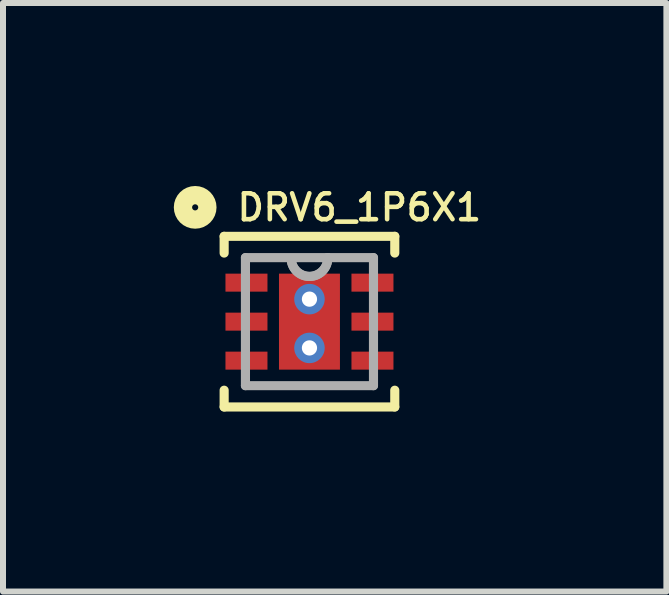
<source format=kicad_pcb>
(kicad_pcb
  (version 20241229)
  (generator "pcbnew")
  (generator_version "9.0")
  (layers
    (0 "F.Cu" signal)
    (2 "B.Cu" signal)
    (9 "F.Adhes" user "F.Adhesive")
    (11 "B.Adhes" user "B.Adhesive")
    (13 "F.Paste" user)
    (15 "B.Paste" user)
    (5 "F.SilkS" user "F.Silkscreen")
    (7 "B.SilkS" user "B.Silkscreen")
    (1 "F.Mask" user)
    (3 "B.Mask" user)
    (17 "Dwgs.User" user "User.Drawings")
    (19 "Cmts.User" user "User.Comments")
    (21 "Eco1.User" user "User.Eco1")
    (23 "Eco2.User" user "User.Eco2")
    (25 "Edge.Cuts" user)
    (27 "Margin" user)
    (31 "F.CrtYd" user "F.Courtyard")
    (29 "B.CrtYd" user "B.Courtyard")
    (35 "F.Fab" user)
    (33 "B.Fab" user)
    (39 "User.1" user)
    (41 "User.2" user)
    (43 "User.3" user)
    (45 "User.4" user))
  (footprint "DRV6_1P6X1"
    (layer "F.Cu")
    (at 2.108 2.311)
    (property "Reference" "DRV6_1P6X1" (at -1.245 -1.651 0) (unlocked yes) (layer "F.SilkS") (effects (font (size 0.432 0.432) (thickness 0.076)) (justify left bottom)))
    (fp_poly (pts (xy -0.617 -0.417) (xy -1.483 -0.417) (xy -1.483 -0.883) (xy -0.617 -0.883)) (stroke (width 0) (type default)) (fill yes) (layer "F.Mask"))
    (fp_poly (pts (xy -0.617 -0.417) (xy -1.483 -0.417) (xy -1.483 -0.883) (xy -0.617 -0.883)) (stroke (width 0) (type default)) (fill yes) (layer "F.Mask"))
    (fp_poly (pts (xy -0.617 0.233) (xy -1.483 0.233) (xy -1.483 -0.233) (xy -0.617 -0.233)) (stroke (width 0) (type default)) (fill yes) (layer "F.Mask"))
    (fp_poly (pts (xy -0.617 0.233) (xy -1.483 0.233) (xy -1.483 -0.233) (xy -0.617 -0.233)) (stroke (width 0) (type default)) (fill yes) (layer "F.Mask"))
    (fp_poly (pts (xy -0.617 0.883) (xy -1.483 0.883) (xy -1.483 0.417) (xy -0.617 0.417)) (stroke (width 0) (type default)) (fill yes) (layer "F.Mask"))
    (fp_poly (pts (xy -0.617 0.883) (xy -1.483 0.883) (xy -1.483 0.417) (xy -0.617 0.417)) (stroke (width 0) (type default)) (fill yes) (layer "F.Mask"))
    (fp_poly (pts (xy -0.187 0.876) (xy -0.584 0.876) (xy -0.584 -0.876) (xy -0.187 -0.876)) (stroke (width 0) (type default)) (fill yes) (layer "F.Mask"))
    (fp_poly (pts (xy -0.187 0.876) (xy -0.584 0.876) (xy -0.584 -0.876) (xy -0.187 -0.876)) (stroke (width 0) (type default)) (fill yes) (layer "F.Mask"))
    (fp_poly (pts (xy 0.584 -0.581) (xy -0.584 -0.581) (xy -0.584 -0.876) (xy 0.584 -0.876)) (stroke (width 0) (type default)) (fill yes) (layer "F.Mask"))
    (fp_poly (pts (xy 0.584 -0.581) (xy -0.584 -0.581) (xy -0.584 -0.876) (xy 0.584 -0.876)) (stroke (width 0) (type default)) (fill yes) (layer "F.Mask"))
    (fp_poly (pts (xy 0.584 0.206) (xy -0.584 0.206) (xy -0.584 -0.206) (xy 0.584 -0.206)) (stroke (width 0) (type default)) (fill yes) (layer "F.Mask"))
    (fp_poly (pts (xy 0.584 0.206) (xy -0.584 0.206) (xy -0.584 -0.206) (xy 0.584 -0.206)) (stroke (width 0) (type default)) (fill yes) (layer "F.Mask"))
    (fp_poly (pts (xy 0.584 0.876) (xy -0.584 0.876) (xy -0.584 0.581) (xy 0.584 0.581)) (stroke (width 0) (type default)) (fill yes) (layer "F.Mask"))
    (fp_poly (pts (xy 0.584 0.876) (xy -0.584 0.876) (xy -0.584 0.581) (xy 0.584 0.581)) (stroke (width 0) (type default)) (fill yes) (layer "F.Mask"))
    (fp_poly (pts (xy 0.584 0.876) (xy 0.187 0.876) (xy 0.187 -0.876) (xy 0.584 -0.876)) (stroke (width 0) (type default)) (fill yes) (layer "F.Mask"))
    (fp_poly (pts (xy 0.584 0.876) (xy 0.187 0.876) (xy 0.187 -0.876) (xy 0.584 -0.876)) (stroke (width 0) (type default)) (fill yes) (layer "F.Mask"))
    (fp_poly (pts (xy 1.483 -0.417) (xy 0.617 -0.417) (xy 0.617 -0.883) (xy 1.483 -0.883)) (stroke (width 0) (type default)) (fill yes) (layer "F.Mask"))
    (fp_poly (pts (xy 1.483 -0.417) (xy 0.617 -0.417) (xy 0.617 -0.883) (xy 1.483 -0.883)) (stroke (width 0) (type default)) (fill yes) (layer "F.Mask"))
    (fp_poly (pts (xy 1.483 0.233) (xy 0.617 0.233) (xy 0.617 -0.233) (xy 1.483 -0.233)) (stroke (width 0) (type default)) (fill yes) (layer "F.Mask"))
    (fp_poly (pts (xy 1.483 0.233) (xy 0.617 0.233) (xy 0.617 -0.233) (xy 1.483 -0.233)) (stroke (width 0) (type default)) (fill yes) (layer "F.Mask"))
    (fp_poly (pts (xy 1.483 0.883) (xy 0.617 0.883) (xy 0.617 0.417) (xy 1.483 0.417)) (stroke (width 0) (type default)) (fill yes) (layer "F.Mask"))
    (fp_poly (pts (xy 1.483 0.883) (xy 0.617 0.883) (xy 0.617 0.417) (xy 1.483 0.417)) (stroke (width 0) (type default)) (fill yes) (layer "F.Mask"))
    (fp_line (start -1.422 -1.422) (end -1.422 -1.143) (stroke (width 0.152) (type solid)) (layer "F.SilkS"))
    (fp_line (start -1.422 1.143) (end -1.422 1.422) (stroke (width 0.152) (type solid)) (layer "F.SilkS"))
    (fp_line (start -1.422 1.422) (end 1.422 1.422) (stroke (width 0.152) (type solid)) (layer "F.SilkS"))
    (fp_line (start 1.422 -1.422) (end -1.422 -1.422) (stroke (width 0.152) (type solid)) (layer "F.SilkS"))
    (fp_line (start 1.422 -1.143) (end 1.422 -1.422) (stroke (width 0.152) (type solid)) (layer "F.SilkS"))
    (fp_line (start 1.422 1.422) (end 1.422 1.143) (stroke (width 0.152) (type solid)) (layer "F.SilkS"))
    (fp_circle (center -1.905 -1.905) (end -1.854 -1.905) (stroke (width 0.305) (type solid)) (fill no) (layer "F.SilkS"))
    (fp_poly (pts (xy -0.712 -0.512) (xy -1.388 -0.512) (xy -1.388 -0.788) (xy -0.712 -0.788)) (stroke (width 0) (type default)) (fill yes) (layer "F.Paste"))
    (fp_poly (pts (xy -0.712 -0.512) (xy -1.388 -0.512) (xy -1.388 -0.788) (xy -0.712 -0.788)) (stroke (width 0) (type default)) (fill yes) (layer "F.Paste"))
    (fp_poly (pts (xy -0.712 0.138) (xy -1.388 0.138) (xy -1.388 -0.138) (xy -0.712 -0.138)) (stroke (width 0) (type default)) (fill yes) (layer "F.Paste"))
    (fp_poly (pts (xy -0.712 0.138) (xy -1.388 0.138) (xy -1.388 -0.138) (xy -0.712 -0.138)) (stroke (width 0) (type default)) (fill yes) (layer "F.Paste"))
    (fp_poly (pts (xy -0.712 0.788) (xy -1.388 0.788) (xy -1.388 0.512) (xy -0.712 0.512)) (stroke (width 0) (type default)) (fill yes) (layer "F.Paste"))
    (fp_poly (pts (xy -0.712 0.788) (xy -1.388 0.788) (xy -1.388 0.512) (xy -0.712 0.512)) (stroke (width 0) (type default)) (fill yes) (layer "F.Paste"))
    (fp_poly (pts (xy 1.388 -0.512) (xy 0.712 -0.512) (xy 0.712 -0.788) (xy 1.388 -0.788)) (stroke (width 0) (type default)) (fill yes) (layer "F.Paste"))
    (fp_poly (pts (xy 1.388 -0.512) (xy 0.712 -0.512) (xy 0.712 -0.788) (xy 1.388 -0.788)) (stroke (width 0) (type default)) (fill yes) (layer "F.Paste"))
    (fp_poly (pts (xy 1.388 0.138) (xy 0.712 0.138) (xy 0.712 -0.138) (xy 1.388 -0.138)) (stroke (width 0) (type default)) (fill yes) (layer "F.Paste"))
    (fp_poly (pts (xy 1.388 0.138) (xy 0.712 0.138) (xy 0.712 -0.138) (xy 1.388 -0.138)) (stroke (width 0) (type default)) (fill yes) (layer "F.Paste"))
    (fp_poly (pts (xy 1.388 0.788) (xy 0.712 0.788) (xy 0.712 0.512) (xy 1.388 0.512)) (stroke (width 0) (type default)) (fill yes) (layer "F.Paste"))
    (fp_poly (pts (xy 1.388 0.788) (xy 0.712 0.788) (xy 0.712 0.512) (xy 1.388 0.512)) (stroke (width 0) (type default)) (fill yes) (layer "F.Paste"))
    (fp_poly (pts (xy -0.087 -0.63) (xy -0.236 -0.481) (xy -0.446 -0.481) (xy -0.446 -0.738) (xy -0.087 -0.738)) (stroke (width 0) (type default)) (fill yes) (layer "F.Paste"))
    (fp_poly (pts (xy -0.087 -0.63) (xy -0.236 -0.481) (xy -0.446 -0.481) (xy -0.446 -0.738) (xy -0.087 -0.738)) (stroke (width 0) (type default)) (fill yes) (layer "F.Paste"))
    (fp_poly (pts (xy -0.087 0.63) (xy -0.087 0.738) (xy -0.446 0.738) (xy -0.446 0.481) (xy -0.236 0.481)) (stroke (width 0) (type default)) (fill yes) (layer "F.Paste"))
    (fp_poly (pts (xy -0.087 0.63) (xy -0.087 0.738) (xy -0.446 0.738) (xy -0.446 0.481) (xy -0.236 0.481)) (stroke (width 0) (type default)) (fill yes) (layer "F.Paste"))
    (fp_poly (pts (xy 0.446 -0.481) (xy 0.236 -0.481) (xy 0.087 -0.63) (xy 0.087 -0.738) (xy 0.446 -0.738)) (stroke (width 0) (type default)) (fill yes) (layer "F.Paste"))
    (fp_poly (pts (xy 0.446 -0.481) (xy 0.236 -0.481) (xy 0.087 -0.63) (xy 0.087 -0.738) (xy 0.446 -0.738)) (stroke (width 0) (type default)) (fill yes) (layer "F.Paste"))
    (fp_poly (pts (xy 0.446 0.738) (xy 0.087 0.738) (xy 0.087 0.63) (xy 0.236 0.481) (xy 0.446 0.481)) (stroke (width 0) (type default)) (fill yes) (layer "F.Paste"))
    (fp_poly (pts (xy 0.446 0.738) (xy 0.087 0.738) (xy 0.087 0.63) (xy 0.236 0.481) (xy 0.446 0.481)) (stroke (width 0) (type default)) (fill yes) (layer "F.Paste"))
    (fp_poly (pts (xy -0.087 -0.158) (xy -0.087 0.158) (xy -0.236 0.306) (xy -0.446 0.306) (xy -0.446 -0.306) (xy -0.236 -0.306)) (stroke (width 0) (type default)) (fill yes) (layer "F.Paste"))
    (fp_poly (pts (xy -0.087 -0.158) (xy -0.087 0.158) (xy -0.236 0.306) (xy -0.446 0.306) (xy -0.446 -0.306) (xy -0.236 -0.306)) (stroke (width 0) (type default)) (fill yes) (layer "F.Paste"))
    (fp_poly (pts (xy 0.446 0.306) (xy 0.236 0.306) (xy 0.087 0.158) (xy 0.087 -0.158) (xy 0.236 -0.306) (xy 0.446 -0.306)) (stroke (width 0) (type default)) (fill yes) (layer "F.Paste"))
    (fp_poly (pts (xy 0.446 0.306) (xy 0.236 0.306) (xy 0.087 0.158) (xy 0.087 -0.158) (xy 0.236 -0.306) (xy 0.446 -0.306)) (stroke (width 0) (type default)) (fill yes) (layer "F.Paste"))
    (fp_line (start -1.067 -1.067) (end -1.067 1.067) (stroke (width 0.152) (type solid)) (layer "F.Fab"))
    (fp_line (start -1.067 1.067) (end 1.067 1.067) (stroke (width 0.152) (type solid)) (layer "F.Fab"))
    (fp_line (start 0.305 -1.067) (end -1.067 -1.067) (stroke (width 0.152) (type solid)) (layer "F.Fab"))
    (fp_line (start 1.067 -1.067) (end 0.305 -1.067) (stroke (width 0.152) (type solid)) (layer "F.Fab"))
    (fp_line (start 1.067 1.067) (end 1.067 -1.067) (stroke (width 0.152) (type solid)) (layer "F.Fab"))
    (fp_arc (start 0.3048 -1.0668) (mid 0.0127 -0.7493) (end -0.3048 -1.0414) (stroke (width 0.1524) (type solid)) (layer "F.Fab"))
    (fp_arc (start 0.3048 -1.0668) (mid 0.0127 -0.7493) (end -0.3048 -1.0414) (stroke (width 0.1524) (type solid)) (layer "F.Fab"))
    (pad "1" smd rect (at -1.05 -0.65) (size 0.7 0.3) (layers "F.Cu" "F.Mask" "F.Paste"))
    (pad "2" smd rect (at -1.05 0) (size 0.7 0.3) (layers "F.Cu" "F.Mask" "F.Paste"))
    (pad "3" smd rect (at -1.05 0.65) (size 0.7 0.3) (layers "F.Cu" "F.Mask" "F.Paste"))
    (pad "4" smd rect (at 1.05 0.65 180) (size 0.7 0.3) (layers "F.Cu" "F.Mask" "F.Paste"))
    (pad "5" smd rect (at 1.05 0 180) (size 0.7 0.3) (layers "F.Cu" "F.Mask" "F.Paste"))
    (pad "6" smd rect (at 1.05 -0.65 180) (size 0.7 0.3) (layers "F.Cu" "F.Mask" "F.Paste"))
    (pad "7" smd rect (at 0 0) (size 1.016 1.6) (layers "F.Cu" "F.Mask"))
    (pad "8" thru_hole circle (at 0 -0.375) (size 0.508 0.508) (drill 0.254) (layers "*.Cu"))
    (pad "9" thru_hole circle (at 0 0.438) (size 0.508 0.508) (drill 0.254) (layers "*.Cu")))
  (gr_rect
    (start -3 -3)
    (end 8.057 6.81)
    (stroke (width 0.1) (type default))
    (fill no)
    (layer "Edge.Cuts")))
</source>
